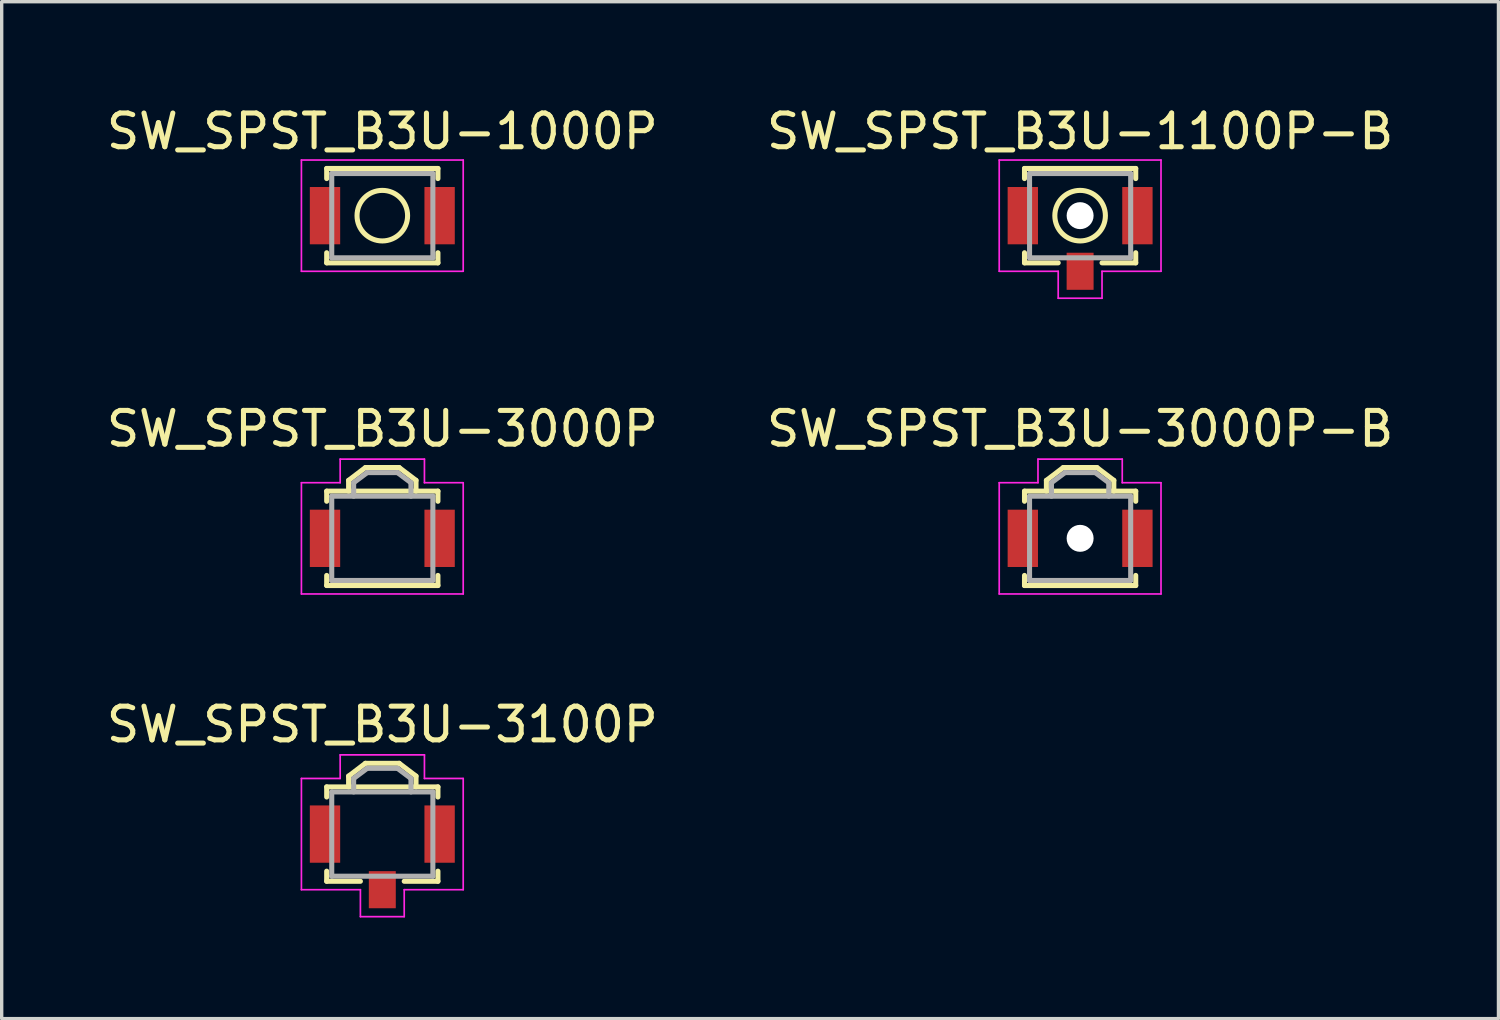
<source format=kicad_pcb>
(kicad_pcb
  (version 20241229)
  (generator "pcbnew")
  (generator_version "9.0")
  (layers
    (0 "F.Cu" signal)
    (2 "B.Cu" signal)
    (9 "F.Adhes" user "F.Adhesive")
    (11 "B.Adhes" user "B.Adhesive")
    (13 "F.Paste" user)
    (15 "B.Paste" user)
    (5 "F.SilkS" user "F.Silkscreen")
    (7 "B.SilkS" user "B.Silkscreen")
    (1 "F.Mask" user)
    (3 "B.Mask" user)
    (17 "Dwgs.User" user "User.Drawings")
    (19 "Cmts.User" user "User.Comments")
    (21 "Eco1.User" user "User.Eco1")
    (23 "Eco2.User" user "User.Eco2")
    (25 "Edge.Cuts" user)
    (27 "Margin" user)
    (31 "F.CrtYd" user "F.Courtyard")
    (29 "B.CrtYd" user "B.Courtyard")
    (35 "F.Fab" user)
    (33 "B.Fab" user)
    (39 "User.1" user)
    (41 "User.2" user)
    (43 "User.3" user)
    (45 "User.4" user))
  (footprint "SW_SPST_B3U-3100P"
    (layer "F.Cu")
    (at 8.292 21.695)
    (property "Reference" "SW_SPST_B3U-3100P" (at 0 -3.25 0) (layer "F.SilkS") (effects (font (size 1 1) (thickness 0.15))))
    (attr smd)
    (fp_line (start -1.65 -1.4) (end 1.65 -1.4) (stroke (width 0.15) (type solid)) (layer "F.SilkS"))
    (fp_line (start -1.65 -1.1) (end -1.65 -1.4) (stroke (width 0.15) (type solid)) (layer "F.SilkS"))
    (fp_line (start -1.65 1.1) (end -1.65 1.4) (stroke (width 0.15) (type solid)) (layer "F.SilkS"))
    (fp_line (start -1.65 1.4) (end -0.65 1.4) (stroke (width 0.15) (type solid)) (layer "F.SilkS"))
    (fp_line (start -1 -1.72) (end -1 -1.4) (stroke (width 0.15) (type solid)) (layer "F.SilkS"))
    (fp_line (start -0.5 -2.1) (end -1 -1.72) (stroke (width 0.15) (type solid)) (layer "F.SilkS"))
    (fp_line (start -0.5 -2.1) (end 0.5 -2.1) (stroke (width 0.15) (type solid)) (layer "F.SilkS"))
    (fp_line (start 0.5 -2.1) (end 1 -1.72) (stroke (width 0.15) (type solid)) (layer "F.SilkS"))
    (fp_line (start 1 -1.72) (end 1 -1.4) (stroke (width 0.15) (type solid)) (layer "F.SilkS"))
    (fp_line (start 1.65 -1.4) (end 1.65 -1.1) (stroke (width 0.15) (type solid)) (layer "F.SilkS"))
    (fp_line (start 1.65 1.4) (end 0.65 1.4) (stroke (width 0.15) (type solid)) (layer "F.SilkS"))
    (fp_line (start 1.65 1.4) (end 1.65 1.1) (stroke (width 0.15) (type solid)) (layer "F.SilkS"))
    (fp_line (start -2.4 -1.65) (end -2.4 1.65) (stroke (width 0.05) (type solid)) (layer "F.CrtYd"))
    (fp_line (start -2.4 1.65) (end -0.65 1.65) (stroke (width 0.05) (type solid)) (layer "F.CrtYd"))
    (fp_line (start -1.25 -2.35) (end 1.25 -2.35) (stroke (width 0.05) (type solid)) (layer "F.CrtYd"))
    (fp_line (start -1.25 -1.65) (end -2.4 -1.65) (stroke (width 0.05) (type solid)) (layer "F.CrtYd"))
    (fp_line (start -1.25 -1.65) (end -1.25 -2.35) (stroke (width 0.05) (type solid)) (layer "F.CrtYd"))
    (fp_line (start -0.65 1.65) (end -0.65 2.45) (stroke (width 0.05) (type solid)) (layer "F.CrtYd"))
    (fp_line (start -0.65 2.45) (end 0.65 2.45) (stroke (width 0.05) (type solid)) (layer "F.CrtYd"))
    (fp_line (start 0.65 1.65) (end 2.4 1.65) (stroke (width 0.05) (type solid)) (layer "F.CrtYd"))
    (fp_line (start 0.65 2.45) (end 0.65 1.65) (stroke (width 0.05) (type solid)) (layer "F.CrtYd"))
    (fp_line (start 1.25 -2.35) (end 1.25 -1.65) (stroke (width 0.05) (type solid)) (layer "F.CrtYd"))
    (fp_line (start 1.25 -1.65) (end 2.4 -1.65) (stroke (width 0.05) (type solid)) (layer "F.CrtYd"))
    (fp_line (start 2.4 1.65) (end 2.4 -1.65) (stroke (width 0.05) (type solid)) (layer "F.CrtYd"))
    (fp_line (start -1.5 -1.25) (end 1.5 -1.25) (stroke (width 0.15) (type solid)) (layer "F.Fab"))
    (fp_line (start -1.5 1.25) (end -1.5 -1.25) (stroke (width 0.15) (type solid)) (layer "F.Fab"))
    (fp_line (start -0.85 -1.65) (end -0.45 -1.95) (stroke (width 0.15) (type solid)) (layer "F.Fab"))
    (fp_line (start -0.85 -1.25) (end -0.85 -1.65) (stroke (width 0.15) (type solid)) (layer "F.Fab"))
    (fp_line (start -0.45 -1.95) (end 0.45 -1.95) (stroke (width 0.15) (type solid)) (layer "F.Fab"))
    (fp_line (start 0.45 -1.95) (end 0.85 -1.65) (stroke (width 0.15) (type solid)) (layer "F.Fab"))
    (fp_line (start 0.85 -1.65) (end 0.85 -1.25) (stroke (width 0.15) (type solid)) (layer "F.Fab"))
    (fp_line (start 1.5 -1.25) (end 1.5 1.25) (stroke (width 0.15) (type solid)) (layer "F.Fab"))
    (fp_line (start 1.5 1.25) (end -1.5 1.25) (stroke (width 0.15) (type solid)) (layer "F.Fab"))
    (pad "1" smd rect (at -1.7 0) (size 0.9 1.7) (layers "F.Cu" "F.Mask" "F.Paste"))
    (pad "2" smd rect (at 1.7 0) (size 0.9 1.7) (layers "F.Cu" "F.Mask" "F.Paste"))
    (pad "3" smd rect (at 0 1.65) (size 0.8 1.1) (layers "F.Cu" "F.Mask" "F.Paste")))
  (footprint "SW_SPST_B3U-3000P-B"
    (layer "F.Cu")
    (at 28.994 12.921)
    (property "Reference" "SW_SPST_B3U-3000P-B" (at 0 -3.25 0) (layer "F.SilkS") (effects (font (size 1 1) (thickness 0.15))))
    (attr smd)
    (fp_line (start -1.65 -1.4) (end 1.65 -1.4) (stroke (width 0.15) (type solid)) (layer "F.SilkS"))
    (fp_line (start -1.65 -1.1) (end -1.65 -1.4) (stroke (width 0.15) (type solid)) (layer "F.SilkS"))
    (fp_line (start -1.65 1.1) (end -1.65 1.4) (stroke (width 0.15) (type solid)) (layer "F.SilkS"))
    (fp_line (start -1.65 1.4) (end 1.65 1.4) (stroke (width 0.15) (type solid)) (layer "F.SilkS"))
    (fp_line (start -1 -1.72) (end -1 -1.4) (stroke (width 0.15) (type solid)) (layer "F.SilkS"))
    (fp_line (start -0.5 -2.1) (end -1 -1.72) (stroke (width 0.15) (type solid)) (layer "F.SilkS"))
    (fp_line (start -0.5 -2.1) (end 0.5 -2.1) (stroke (width 0.15) (type solid)) (layer "F.SilkS"))
    (fp_line (start 0.5 -2.1) (end 1 -1.72) (stroke (width 0.15) (type solid)) (layer "F.SilkS"))
    (fp_line (start 1 -1.72) (end 1 -1.4) (stroke (width 0.15) (type solid)) (layer "F.SilkS"))
    (fp_line (start 1.65 -1.4) (end 1.65 -1.1) (stroke (width 0.15) (type solid)) (layer "F.SilkS"))
    (fp_line (start 1.65 1.4) (end 1.65 1.1) (stroke (width 0.15) (type solid)) (layer "F.SilkS"))
    (fp_line (start -2.4 -1.65) (end -2.4 1.65) (stroke (width 0.05) (type solid)) (layer "F.CrtYd"))
    (fp_line (start -2.4 1.65) (end 2.4 1.65) (stroke (width 0.05) (type solid)) (layer "F.CrtYd"))
    (fp_line (start -1.25 -2.35) (end 1.25 -2.35) (stroke (width 0.05) (type solid)) (layer "F.CrtYd"))
    (fp_line (start -1.25 -1.65) (end -2.4 -1.65) (stroke (width 0.05) (type solid)) (layer "F.CrtYd"))
    (fp_line (start -1.25 -1.65) (end -1.25 -2.35) (stroke (width 0.05) (type solid)) (layer "F.CrtYd"))
    (fp_line (start 1.25 -2.35) (end 1.25 -1.65) (stroke (width 0.05) (type solid)) (layer "F.CrtYd"))
    (fp_line (start 1.25 -1.65) (end 2.4 -1.65) (stroke (width 0.05) (type solid)) (layer "F.CrtYd"))
    (fp_line (start 2.4 1.65) (end 2.4 -1.65) (stroke (width 0.05) (type solid)) (layer "F.CrtYd"))
    (fp_line (start -1.5 -1.25) (end 1.5 -1.25) (stroke (width 0.15) (type solid)) (layer "F.Fab"))
    (fp_line (start -1.5 1.25) (end -1.5 -1.25) (stroke (width 0.15) (type solid)) (layer "F.Fab"))
    (fp_line (start -0.85 -1.65) (end -0.45 -1.95) (stroke (width 0.15) (type solid)) (layer "F.Fab"))
    (fp_line (start -0.85 -1.25) (end -0.85 -1.65) (stroke (width 0.15) (type solid)) (layer "F.Fab"))
    (fp_line (start -0.45 -1.95) (end 0.45 -1.95) (stroke (width 0.15) (type solid)) (layer "F.Fab"))
    (fp_line (start 0.45 -1.95) (end 0.85 -1.65) (stroke (width 0.15) (type solid)) (layer "F.Fab"))
    (fp_line (start 0.85 -1.65) (end 0.85 -1.25) (stroke (width 0.15) (type solid)) (layer "F.Fab"))
    (fp_line (start 1.5 -1.25) (end 1.5 1.25) (stroke (width 0.15) (type solid)) (layer "F.Fab"))
    (fp_line (start 1.5 1.25) (end -1.5 1.25) (stroke (width 0.15) (type solid)) (layer "F.Fab"))
    (pad "" np_thru_hole circle (at 0 0) (size 0.8 0.8) (drill 0.8) (layers "*.Cu" "*.Mask"))
    (pad "1" smd rect (at -1.7 0) (size 0.9 1.7) (layers "F.Cu" "F.Mask" "F.Paste"))
    (pad "2" smd rect (at 1.7 0) (size 0.9 1.7) (layers "F.Cu" "F.Mask" "F.Paste")))
  (footprint "SW_SPST_B3U-1000P"
    (layer "F.Cu")
    (at 8.292 3.348)
    (property "Reference" "SW_SPST_B3U-1000P" (at 0 -2.5 0) (layer "F.SilkS") (effects (font (size 1 1) (thickness 0.15))))
    (attr smd)
    (fp_line (start -1.65 -1.4) (end 1.65 -1.4) (stroke (width 0.15) (type solid)) (layer "F.SilkS"))
    (fp_line (start -1.65 -1.1) (end -1.65 -1.4) (stroke (width 0.15) (type solid)) (layer "F.SilkS"))
    (fp_line (start -1.65 1.1) (end -1.65 1.4) (stroke (width 0.15) (type solid)) (layer "F.SilkS"))
    (fp_line (start -1.65 1.4) (end 1.65 1.4) (stroke (width 0.15) (type solid)) (layer "F.SilkS"))
    (fp_line (start 1.65 -1.4) (end 1.65 -1.1) (stroke (width 0.15) (type solid)) (layer "F.SilkS"))
    (fp_line (start 1.65 1.4) (end 1.65 1.1) (stroke (width 0.15) (type solid)) (layer "F.SilkS"))
    (fp_circle (center 0 0) (end 0.75 0) (stroke (width 0.15) (type solid)) (fill no) (layer "F.SilkS"))
    (fp_line (start -2.4 -1.65) (end -2.4 1.65) (stroke (width 0.05) (type solid)) (layer "F.CrtYd"))
    (fp_line (start -2.4 1.65) (end 2.4 1.65) (stroke (width 0.05) (type solid)) (layer "F.CrtYd"))
    (fp_line (start 2.4 -1.65) (end -2.4 -1.65) (stroke (width 0.05) (type solid)) (layer "F.CrtYd"))
    (fp_line (start 2.4 1.65) (end 2.4 -1.65) (stroke (width 0.05) (type solid)) (layer "F.CrtYd"))
    (fp_line (start -1.5 -1.25) (end 1.5 -1.25) (stroke (width 0.15) (type solid)) (layer "F.Fab"))
    (fp_line (start -1.5 1.25) (end -1.5 -1.25) (stroke (width 0.15) (type solid)) (layer "F.Fab"))
    (fp_line (start 1.5 -1.25) (end 1.5 1.25) (stroke (width 0.15) (type solid)) (layer "F.Fab"))
    (fp_line (start 1.5 1.25) (end -1.5 1.25) (stroke (width 0.15) (type solid)) (layer "F.Fab"))
    (pad "1" smd rect (at -1.7 0) (size 0.9 1.7) (layers "F.Cu" "F.Mask" "F.Paste"))
    (pad "2" smd rect (at 1.7 0) (size 0.9 1.7) (layers "F.Cu" "F.Mask" "F.Paste")))
  (footprint "SW_SPST_B3U-1100P-B"
    (layer "F.Cu")
    (at 28.994 3.348)
    (property "Reference" "SW_SPST_B3U-1100P-B" (at 0 -2.5 0) (layer "F.SilkS") (effects (font (size 1 1) (thickness 0.15))))
    (attr smd)
    (fp_line (start -1.65 -1.4) (end 1.65 -1.4) (stroke (width 0.15) (type solid)) (layer "F.SilkS"))
    (fp_line (start -1.65 -1.1) (end -1.65 -1.4) (stroke (width 0.15) (type solid)) (layer "F.SilkS"))
    (fp_line (start -1.65 1.1) (end -1.65 1.4) (stroke (width 0.15) (type solid)) (layer "F.SilkS"))
    (fp_line (start -1.65 1.4) (end -0.65 1.4) (stroke (width 0.15) (type solid)) (layer "F.SilkS"))
    (fp_line (start 1.65 -1.4) (end 1.65 -1.1) (stroke (width 0.15) (type solid)) (layer "F.SilkS"))
    (fp_line (start 1.65 1.4) (end 0.65 1.4) (stroke (width 0.15) (type solid)) (layer "F.SilkS"))
    (fp_line (start 1.65 1.4) (end 1.65 1.1) (stroke (width 0.15) (type solid)) (layer "F.SilkS"))
    (fp_circle (center 0 0) (end 0.75 0) (stroke (width 0.15) (type solid)) (fill no) (layer "F.SilkS"))
    (fp_line (start -2.4 -1.65) (end -2.4 1.65) (stroke (width 0.05) (type solid)) (layer "F.CrtYd"))
    (fp_line (start -2.4 1.65) (end -0.65 1.65) (stroke (width 0.05) (type solid)) (layer "F.CrtYd"))
    (fp_line (start -0.65 1.65) (end -0.65 2.45) (stroke (width 0.05) (type solid)) (layer "F.CrtYd"))
    (fp_line (start -0.65 2.45) (end 0.65 2.45) (stroke (width 0.05) (type solid)) (layer "F.CrtYd"))
    (fp_line (start 0.65 1.65) (end 2.4 1.65) (stroke (width 0.05) (type solid)) (layer "F.CrtYd"))
    (fp_line (start 0.65 2.45) (end 0.65 1.65) (stroke (width 0.05) (type solid)) (layer "F.CrtYd"))
    (fp_line (start 2.4 -1.65) (end -2.4 -1.65) (stroke (width 0.05) (type solid)) (layer "F.CrtYd"))
    (fp_line (start 2.4 1.65) (end 2.4 -1.65) (stroke (width 0.05) (type solid)) (layer "F.CrtYd"))
    (fp_line (start -1.5 -1.25) (end 1.5 -1.25) (stroke (width 0.15) (type solid)) (layer "F.Fab"))
    (fp_line (start -1.5 1.25) (end -1.5 -1.25) (stroke (width 0.15) (type solid)) (layer "F.Fab"))
    (fp_line (start 1.5 -1.25) (end 1.5 1.25) (stroke (width 0.15) (type solid)) (layer "F.Fab"))
    (fp_line (start 1.5 1.25) (end -1.5 1.25) (stroke (width 0.15) (type solid)) (layer "F.Fab"))
    (pad "" np_thru_hole circle (at 0 0) (size 0.8 0.8) (drill 0.8) (layers "*.Cu" "*.Mask"))
    (pad "1" smd rect (at -1.7 0) (size 0.9 1.7) (layers "F.Cu" "F.Mask" "F.Paste"))
    (pad "2" smd rect (at 1.7 0) (size 0.9 1.7) (layers "F.Cu" "F.Mask" "F.Paste"))
    (pad "3" smd rect (at 0 1.65) (size 0.8 1.1) (layers "F.Cu" "F.Mask" "F.Paste")))
  (footprint "SW_SPST_B3U-3000P"
    (layer "F.Cu")
    (at 8.292 12.921)
    (property "Reference" "SW_SPST_B3U-3000P" (at 0 -3.25 0) (layer "F.SilkS") (effects (font (size 1 1) (thickness 0.15))))
    (attr smd)
    (fp_line (start -1.65 -1.4) (end 1.65 -1.4) (stroke (width 0.15) (type solid)) (layer "F.SilkS"))
    (fp_line (start -1.65 -1.1) (end -1.65 -1.4) (stroke (width 0.15) (type solid)) (layer "F.SilkS"))
    (fp_line (start -1.65 1.1) (end -1.65 1.4) (stroke (width 0.15) (type solid)) (layer "F.SilkS"))
    (fp_line (start -1.65 1.4) (end 1.65 1.4) (stroke (width 0.15) (type solid)) (layer "F.SilkS"))
    (fp_line (start -1 -1.72) (end -1 -1.4) (stroke (width 0.15) (type solid)) (layer "F.SilkS"))
    (fp_line (start -0.5 -2.1) (end -1 -1.72) (stroke (width 0.15) (type solid)) (layer "F.SilkS"))
    (fp_line (start -0.5 -2.1) (end 0.5 -2.1) (stroke (width 0.15) (type solid)) (layer "F.SilkS"))
    (fp_line (start 0.5 -2.1) (end 1 -1.72) (stroke (width 0.15) (type solid)) (layer "F.SilkS"))
    (fp_line (start 1 -1.72) (end 1 -1.4) (stroke (width 0.15) (type solid)) (layer "F.SilkS"))
    (fp_line (start 1.65 -1.4) (end 1.65 -1.1) (stroke (width 0.15) (type solid)) (layer "F.SilkS"))
    (fp_line (start 1.65 1.4) (end 1.65 1.1) (stroke (width 0.15) (type solid)) (layer "F.SilkS"))
    (fp_line (start -2.4 -1.65) (end -2.4 1.65) (stroke (width 0.05) (type solid)) (layer "F.CrtYd"))
    (fp_line (start -2.4 1.65) (end 2.4 1.65) (stroke (width 0.05) (type solid)) (layer "F.CrtYd"))
    (fp_line (start -1.25 -2.35) (end 1.25 -2.35) (stroke (width 0.05) (type solid)) (layer "F.CrtYd"))
    (fp_line (start -1.25 -1.65) (end -2.4 -1.65) (stroke (width 0.05) (type solid)) (layer "F.CrtYd"))
    (fp_line (start -1.25 -1.65) (end -1.25 -2.35) (stroke (width 0.05) (type solid)) (layer "F.CrtYd"))
    (fp_line (start 1.25 -2.35) (end 1.25 -1.65) (stroke (width 0.05) (type solid)) (layer "F.CrtYd"))
    (fp_line (start 1.25 -1.65) (end 2.4 -1.65) (stroke (width 0.05) (type solid)) (layer "F.CrtYd"))
    (fp_line (start 2.4 1.65) (end 2.4 -1.65) (stroke (width 0.05) (type solid)) (layer "F.CrtYd"))
    (fp_line (start -1.5 -1.25) (end 1.5 -1.25) (stroke (width 0.15) (type solid)) (layer "F.Fab"))
    (fp_line (start -1.5 1.25) (end -1.5 -1.25) (stroke (width 0.15) (type solid)) (layer "F.Fab"))
    (fp_line (start -0.85 -1.65) (end -0.45 -1.95) (stroke (width 0.15) (type solid)) (layer "F.Fab"))
    (fp_line (start -0.85 -1.25) (end -0.85 -1.65) (stroke (width 0.15) (type solid)) (layer "F.Fab"))
    (fp_line (start -0.45 -1.95) (end 0.45 -1.95) (stroke (width 0.15) (type solid)) (layer "F.Fab"))
    (fp_line (start 0.45 -1.95) (end 0.85 -1.65) (stroke (width 0.15) (type solid)) (layer "F.Fab"))
    (fp_line (start 0.85 -1.65) (end 0.85 -1.25) (stroke (width 0.15) (type solid)) (layer "F.Fab"))
    (fp_line (start 1.5 -1.25) (end 1.5 1.25) (stroke (width 0.15) (type solid)) (layer "F.Fab"))
    (fp_line (start 1.5 1.25) (end -1.5 1.25) (stroke (width 0.15) (type solid)) (layer "F.Fab"))
    (pad "1" smd rect (at -1.7 0) (size 0.9 1.7) (layers "F.Cu" "F.Mask" "F.Paste"))
    (pad "2" smd rect (at 1.7 0) (size 0.9 1.7) (layers "F.Cu" "F.Mask" "F.Paste")))
  (gr_rect
    (start -3 -3)
    (end 41.405 27.17)
    (stroke (width 0.1) (type default))
    (fill no)
    (layer "Edge.Cuts")))
</source>
